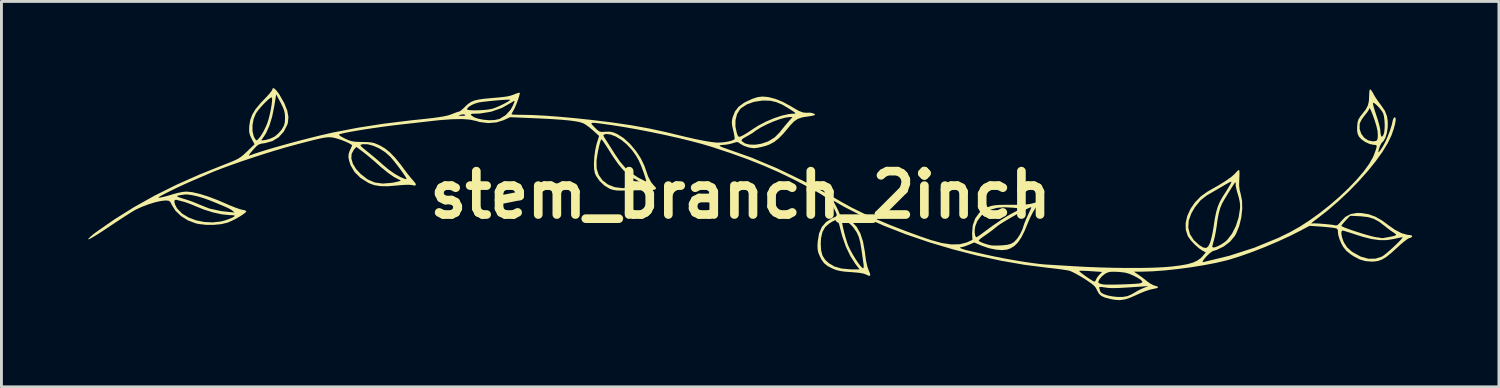
<source format=kicad_pcb>
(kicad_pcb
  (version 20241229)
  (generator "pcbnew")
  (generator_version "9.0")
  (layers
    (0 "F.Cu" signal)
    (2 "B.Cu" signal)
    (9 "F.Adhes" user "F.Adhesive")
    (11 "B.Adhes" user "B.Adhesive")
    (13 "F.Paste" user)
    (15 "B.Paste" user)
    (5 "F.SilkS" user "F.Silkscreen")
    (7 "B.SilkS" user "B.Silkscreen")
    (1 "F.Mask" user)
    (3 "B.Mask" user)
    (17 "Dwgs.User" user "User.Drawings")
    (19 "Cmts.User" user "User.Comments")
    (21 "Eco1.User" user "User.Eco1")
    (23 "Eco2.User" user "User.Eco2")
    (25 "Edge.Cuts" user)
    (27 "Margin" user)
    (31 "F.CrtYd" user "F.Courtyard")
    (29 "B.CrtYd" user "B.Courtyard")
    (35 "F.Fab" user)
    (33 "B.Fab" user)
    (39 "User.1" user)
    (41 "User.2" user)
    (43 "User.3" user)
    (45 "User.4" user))
  (footprint "stem_branch_2inch"
    (layer "F.Cu")
    (at 22.571 3.693)
    (property "Reference" "stem_branch_2inch" (at 0 0 0) (layer "F.SilkS") (effects (font (size 1.5 1.5) (thickness 0.3))))
    (attr board_only exclude_from_pos_files exclude_from_bom)
    (fp_poly (pts (xy -16.136 -3.685) (xy -16.064 -3.618) (xy -15.974 -3.5) (xy -15.945 -3.454) (xy -15.783 -3.166) (xy -15.683 -2.915) (xy -15.643 -2.693) (xy -15.661 -2.496) (xy -15.679 -2.436) (xy -15.802 -2.191) (xy -15.977 -1.997) (xy -16.196 -1.862) (xy -16.45 -1.792) (xy -16.464 -1.79) (xy -16.582 -1.773) (xy -16.666 -1.745) (xy -16.742 -1.691) (xy -16.832 -1.597) (xy -16.876 -1.548) (xy -16.965 -1.441) (xy -17.007 -1.376) (xy -16.997 -1.36) (xy -16.991 -1.362) (xy -16.811 -1.427) (xy -16.57 -1.505) (xy -16.279 -1.594) (xy -15.951 -1.688) (xy -15.6 -1.786) (xy -15.238 -1.883) (xy -14.879 -1.975) (xy -14.534 -2.06) (xy -14.217 -2.133) (xy -14.105 -2.158) (xy -13.257 -2.322) (xy -12.353 -2.463) (xy -11.384 -2.582) (xy -11.218 -2.599) (xy -10.893 -2.633) (xy -10.633 -2.663) (xy -10.43 -2.691) (xy -10.273 -2.717) (xy -10.161 -2.741) (xy -9.755 -2.741) (xy -9.691 -2.737) (xy -9.642 -2.736) (xy -9.546 -2.741) (xy -9.522 -2.762) (xy -9.528 -2.77) (xy -9.595 -2.788) (xy -9.68 -2.773) (xy -9.749 -2.751) (xy -9.755 -2.741) (xy -10.161 -2.741) (xy -10.15 -2.743) (xy -10.053 -2.772) (xy -9.995 -2.794) (xy -9.329 -2.794) (xy -9.324 -2.766) (xy -9.313 -2.751) (xy -9.219 -2.686) (xy -9.071 -2.635) (xy -8.889 -2.6) (xy -8.697 -2.584) (xy -8.514 -2.591) (xy -8.363 -2.622) (xy -8.34 -2.63) (xy -8.128 -2.759) (xy -7.96 -2.943) (xy -7.894 -3.059) (xy -7.838 -3.181) (xy -7.819 -3.243) (xy -7.837 -3.253) (xy -7.894 -3.219) (xy -7.918 -3.202) (xy -8.255 -3.01) (xy -8.628 -2.879) (xy -9.021 -2.815) (xy -9.174 -2.81) (xy -9.283 -2.807) (xy -9.329 -2.794) (xy -9.995 -2.794) (xy -9.994 -2.794) (xy -9.871 -2.842) (xy -9.774 -2.876) (xy -9.731 -2.886) (xy -9.685 -2.912) (xy -9.628 -2.961) (xy -9.467 -2.961) (xy -9.432 -2.941) (xy -9.338 -2.93) (xy -9.203 -2.926) (xy -9.044 -2.929) (xy -8.88 -2.938) (xy -8.729 -2.954) (xy -8.607 -2.976) (xy -8.594 -2.979) (xy -8.492 -3.013) (xy -8.367 -3.066) (xy -8.236 -3.127) (xy -8.115 -3.19) (xy -8.022 -3.244) (xy -7.975 -3.282) (xy -7.974 -3.291) (xy -8.018 -3.295) (xy -8.122 -3.292) (xy -8.269 -3.283) (xy -8.442 -3.269) (xy -8.625 -3.252) (xy -8.8 -3.233) (xy -8.952 -3.215) (xy -9.064 -3.197) (xy -9.092 -3.191) (xy -9.228 -3.146) (xy -9.349 -3.084) (xy -9.436 -3.018) (xy -9.467 -2.961) (xy -9.628 -2.961) (xy -9.606 -2.979) (xy -9.526 -3.057) (xy -9.429 -3.147) (xy -9.329 -3.215) (xy -9.212 -3.264) (xy -9.062 -3.3) (xy -8.865 -3.327) (xy -8.621 -3.35) (xy -8.382 -3.37) (xy -8.205 -3.389) (xy -8.071 -3.408) (xy -7.966 -3.432) (xy -7.874 -3.462) (xy -7.802 -3.491) (xy -7.708 -3.526) (xy -7.649 -3.538) (xy -7.641 -3.536) (xy -7.642 -3.491) (xy -7.667 -3.396) (xy -7.708 -3.271) (xy -7.758 -3.138) (xy -7.81 -3.016) (xy -7.851 -2.935) (xy -7.9 -2.848) (xy -7.926 -2.794) (xy -7.928 -2.788) (xy -7.892 -2.781) (xy -7.796 -2.775) (xy -7.655 -2.772) (xy -7.541 -2.771) (xy -7.182 -2.763) (xy -6.752 -2.74) (xy -6.253 -2.703) (xy -5.69 -2.651) (xy -5.157 -2.594) (xy -4.438 -2.506) (xy -3.778 -2.409) (xy -3.162 -2.298) (xy -2.574 -2.171) (xy -2.271 -2.097) (xy -1.902 -2.008) (xy -1.566 -1.932) (xy -1.272 -1.873) (xy -1.029 -1.832) (xy -0.847 -1.811) (xy -0.784 -1.809) (xy -0.628 -1.817) (xy -0.471 -1.839) (xy -0.334 -1.87) (xy -0.323 -1.874) (xy 0.035 -1.874) (xy 0.047 -1.856) (xy 0.156 -1.78) (xy 0.316 -1.741) (xy 0.509 -1.738) (xy 0.717 -1.771) (xy 0.925 -1.84) (xy 0.982 -1.867) (xy 1.185 -1.995) (xy 1.354 -2.167) (xy 1.375 -2.194) (xy 1.483 -2.329) (xy 1.594 -2.464) (xy 1.668 -2.55) (xy 1.796 -2.694) (xy 1.697 -2.694) (xy 1.549 -2.674) (xy 1.357 -2.621) (xy 1.14 -2.542) (xy 0.918 -2.445) (xy 0.71 -2.34) (xy 0.537 -2.234) (xy 0.462 -2.177) (xy 0.397 -2.132) (xy 0.291 -2.069) (xy 0.202 -2.02) (xy 0.091 -1.956) (xy 0.039 -1.911) (xy 0.035 -1.874) (xy -0.323 -1.874) (xy -0.238 -1.906) (xy -0.208 -1.93) (xy -0.207 -1.982) (xy -0.223 -2.086) (xy -0.253 -2.221) (xy -0.256 -2.232) (xy -0.286 -2.364) (xy -0.179 -2.364) (xy -0.13 -2.137) (xy -0.119 -2.107) (xy -0.087 -2.033) (xy -0.052 -2.008) (xy 0.012 -2.026) (xy 0.089 -2.064) (xy 0.193 -2.124) (xy 0.32 -2.207) (xy 0.385 -2.252) (xy 0.618 -2.401) (xy 0.882 -2.538) (xy 1.158 -2.654) (xy 1.425 -2.743) (xy 1.665 -2.797) (xy 1.811 -2.81) (xy 1.874 -2.812) (xy 1.897 -2.823) (xy 1.875 -2.85) (xy 1.8 -2.903) (xy 1.681 -2.981) (xy 1.443 -3.122) (xy 1.234 -3.211) (xy 1.031 -3.257) (xy 0.81 -3.265) (xy 0.732 -3.261) (xy 0.459 -3.218) (xy 0.219 -3.132) (xy 0.029 -3.009) (xy -0.024 -2.958) (xy -0.124 -2.795) (xy -0.176 -2.59) (xy -0.179 -2.364) (xy -0.286 -2.364) (xy -0.291 -2.386) (xy -0.304 -2.498) (xy -0.295 -2.598) (xy -0.275 -2.683) (xy -0.195 -2.887) (xy -0.07 -3.049) (xy 0.113 -3.183) (xy 0.207 -3.233) (xy 0.421 -3.33) (xy 0.598 -3.385) (xy 0.76 -3.403) (xy 0.931 -3.389) (xy 0.981 -3.38) (xy 1.216 -3.319) (xy 1.458 -3.22) (xy 1.727 -3.075) (xy 1.845 -3.003) (xy 2.02 -2.904) (xy 2.162 -2.852) (xy 2.292 -2.841) (xy 2.343 -2.846) (xy 2.427 -2.843) (xy 2.514 -2.821) (xy 2.571 -2.79) (xy 2.578 -2.775) (xy 2.544 -2.754) (xy 2.453 -2.732) (xy 2.34 -2.715) (xy 2.134 -2.683) (xy 1.979 -2.63) (xy 1.849 -2.542) (xy 1.718 -2.406) (xy 1.664 -2.34) (xy 1.476 -2.116) (xy 1.311 -1.949) (xy 1.155 -1.828) (xy 0.994 -1.743) (xy 0.866 -1.696) (xy 0.709 -1.655) (xy 0.558 -1.626) (xy 0.457 -1.616) (xy 0.29 -1.638) (xy 0.119 -1.696) (xy -0.021 -1.775) (xy -0.041 -1.791) (xy -0.089 -1.824) (xy -0.148 -1.826) (xy -0.246 -1.798) (xy -0.268 -1.79) (xy -0.41 -1.753) (xy -0.553 -1.733) (xy -0.582 -1.732) (xy -0.676 -1.725) (xy -0.727 -1.709) (xy -0.73 -1.703) (xy -0.696 -1.678) (xy -0.607 -1.639) (xy -0.48 -1.594) (xy -0.465 -1.589) (xy 0.383 -1.289) (xy 1.261 -0.92) (xy 2.167 -0.484) (xy 3.099 0.018) (xy 3.502 0.251) (xy 3.842 0.438) (xy 4.245 0.637) (xy 4.699 0.842) (xy 5.191 1.049) (xy 5.71 1.251) (xy 6.242 1.445) (xy 6.589 1.563) (xy 6.96 1.665) (xy 7.293 1.713) (xy 7.582 1.706) (xy 7.822 1.645) (xy 7.848 1.634) (xy 7.97 1.578) (xy 8.236 1.578) (xy 8.269 1.61) (xy 8.355 1.652) (xy 8.471 1.694) (xy 8.594 1.73) (xy 8.678 1.746) (xy 8.776 1.752) (xy 8.919 1.751) (xy 9.063 1.744) (xy 9.234 1.725) (xy 9.354 1.691) (xy 9.452 1.635) (xy 9.458 1.63) (xy 9.565 1.519) (xy 9.669 1.361) (xy 9.753 1.184) (xy 9.79 1.067) (xy 9.819 0.979) (xy 9.872 0.85) (xy 9.937 0.705) (xy 9.944 0.691) (xy 10.002 0.565) (xy 10.042 0.471) (xy 10.056 0.425) (xy 10.055 0.423) (xy 9.997 0.442) (xy 9.888 0.493) (xy 9.741 0.569) (xy 9.571 0.661) (xy 9.392 0.762) (xy 9.218 0.863) (xy 9.063 0.957) (xy 8.941 1.036) (xy 8.871 1.088) (xy 8.728 1.205) (xy 8.563 1.328) (xy 8.457 1.401) (xy 8.346 1.478) (xy 8.267 1.542) (xy 8.236 1.578) (xy 8.236 1.578) (xy 7.97 1.578) (xy 8.019 1.556) (xy 8.009 1.319) (xy 8.019 1.203) (xy 8.099 1.203) (xy 8.1 1.32) (xy 8.117 1.414) (xy 8.148 1.461) (xy 8.156 1.462) (xy 8.202 1.441) (xy 8.284 1.386) (xy 8.336 1.348) (xy 8.709 1.073) (xy 9.033 0.852) (xy 9.311 0.682) (xy 9.407 0.63) (xy 9.712 0.47) (xy 9.413 0.442) (xy 9.122 0.427) (xy 8.884 0.446) (xy 8.678 0.5) (xy 8.534 0.566) (xy 8.329 0.714) (xy 8.187 0.907) (xy 8.118 1.087) (xy 8.099 1.203) (xy 8.019 1.203) (xy 8.031 1.053) (xy 8.115 0.816) (xy 8.255 0.62) (xy 8.445 0.475) (xy 8.467 0.464) (xy 8.573 0.415) (xy 8.678 0.38) (xy 8.797 0.358) (xy 8.946 0.346) (xy 9.142 0.342) (xy 9.371 0.343) (xy 9.645 0.342) (xy 9.855 0.333) (xy 10.013 0.313) (xy 10.1 0.292) (xy 10.211 0.262) (xy 10.289 0.249) (xy 10.309 0.252) (xy 10.298 0.29) (xy 10.253 0.372) (xy 10.19 0.471) (xy 10.103 0.617) (xy 10.014 0.794) (xy 9.95 0.943) (xy 9.827 1.24) (xy 9.711 1.471) (xy 9.595 1.644) (xy 9.471 1.767) (xy 9.334 1.85) (xy 9.217 1.891) (xy 9.042 1.91) (xy 8.824 1.892) (xy 8.584 1.841) (xy 8.345 1.758) (xy 8.316 1.746) (xy 8.082 1.645) (xy 7.892 1.727) (xy 7.772 1.774) (xy 7.672 1.803) (xy 7.634 1.809) (xy 7.587 1.817) (xy 7.604 1.84) (xy 7.675 1.871) (xy 7.79 1.906) (xy 7.851 1.921) (xy 7.981 1.95) (xy 8.158 1.991) (xy 8.354 2.036) (xy 8.467 2.062) (xy 8.762 2.126) (xy 9.085 2.19) (xy 9.419 2.251) (xy 9.747 2.306) (xy 10.053 2.351) (xy 10.32 2.386) (xy 10.531 2.406) (xy 10.564 2.408) (xy 10.665 2.414) (xy 10.826 2.424) (xy 11.031 2.436) (xy 11.263 2.45) (xy 11.468 2.463) (xy 11.954 2.49) (xy 12.448 2.509) (xy 12.936 2.522) (xy 13.409 2.527) (xy 13.853 2.526) (xy 14.256 2.518) (xy 14.606 2.502) (xy 14.891 2.48) (xy 15.205 2.441) (xy 15.452 2.397) (xy 15.645 2.343) (xy 15.795 2.275) (xy 15.913 2.191) (xy 15.985 2.116) (xy 16.093 1.988) (xy 15.984 1.932) (xy 15.853 1.844) (xy 15.708 1.715) (xy 15.574 1.57) (xy 15.477 1.433) (xy 15.468 1.416) (xy 15.4 1.205) (xy 15.399 1.133) (xy 15.487 1.133) (xy 15.546 1.359) (xy 15.679 1.565) (xy 15.869 1.737) (xy 16.003 1.819) (xy 16.101 1.837) (xy 16.159 1.797) (xy 16.318 1.797) (xy 16.346 1.821) (xy 16.421 1.808) (xy 16.524 1.767) (xy 16.641 1.704) (xy 16.753 1.628) (xy 16.832 1.559) (xy 16.998 1.344) (xy 17.133 1.077) (xy 17.228 0.78) (xy 17.276 0.476) (xy 17.28 0.366) (xy 17.267 0.238) (xy 17.233 0.081) (xy 17.203 -0.019) (xy 17.161 -0.161) (xy 17.133 -0.292) (xy 17.126 -0.36) (xy 17.127 -0.402) (xy 17.125 -0.43) (xy 17.117 -0.437) (xy 17.096 -0.416) (xy 17.057 -0.361) (xy 16.995 -0.264) (xy 16.904 -0.117) (xy 16.78 0.085) (xy 16.73 0.167) (xy 16.651 0.311) (xy 16.589 0.462) (xy 16.541 0.639) (xy 16.5 0.859) (xy 16.469 1.084) (xy 16.442 1.258) (xy 16.408 1.432) (xy 16.375 1.565) (xy 16.342 1.681) (xy 16.321 1.771) (xy 16.318 1.797) (xy 16.159 1.797) (xy 16.175 1.787) (xy 16.236 1.666) (xy 16.251 1.622) (xy 16.292 1.476) (xy 16.331 1.294) (xy 16.36 1.122) (xy 16.404 0.83) (xy 16.451 0.597) (xy 16.508 0.406) (xy 16.578 0.238) (xy 16.669 0.076) (xy 16.704 0.021) (xy 16.797 -0.124) (xy 16.88 -0.259) (xy 16.939 -0.36) (xy 16.951 -0.382) (xy 16.976 -0.432) (xy 16.978 -0.457) (xy 16.949 -0.453) (xy 16.878 -0.418) (xy 16.755 -0.348) (xy 16.674 -0.3) (xy 16.502 -0.2) (xy 16.328 -0.099) (xy 16.181 -0.013) (xy 16.131 0.015) (xy 15.913 0.185) (xy 15.718 0.424) (xy 15.592 0.641) (xy 15.502 0.892) (xy 15.487 1.133) (xy 15.399 1.133) (xy 15.397 0.972) (xy 15.452 0.729) (xy 15.561 0.487) (xy 15.719 0.258) (xy 15.919 0.052) (xy 16.157 -0.118) (xy 16.196 -0.14) (xy 16.522 -0.324) (xy 16.782 -0.485) (xy 16.974 -0.621) (xy 17.098 -0.731) (xy 17.115 -0.751) (xy 17.184 -0.826) (xy 17.234 -0.863) (xy 17.245 -0.863) (xy 17.256 -0.82) (xy 17.259 -0.719) (xy 17.254 -0.581) (xy 17.252 -0.545) (xy 17.246 -0.342) (xy 17.262 -0.181) (xy 17.299 -0.039) (xy 17.348 0.204) (xy 17.354 0.486) (xy 17.321 0.782) (xy 17.251 1.071) (xy 17.148 1.328) (xy 17.099 1.417) (xy 16.935 1.615) (xy 16.719 1.781) (xy 16.471 1.902) (xy 16.353 1.937) (xy 16.292 1.969) (xy 16.213 2.032) (xy 16.13 2.112) (xy 16.055 2.195) (xy 16.001 2.268) (xy 15.98 2.316) (xy 16.001 2.326) (xy 16.909 2.105) (xy 17.774 1.826) (xy 18.592 1.491) (xy 19.005 1.29) (xy 19.344 1.1) (xy 19.694 0.873) (xy 20.047 0.619) (xy 20.393 0.344) (xy 20.725 0.057) (xy 21.034 -0.236) (xy 21.312 -0.526) (xy 21.551 -0.806) (xy 21.742 -1.068) (xy 21.877 -1.304) (xy 21.915 -1.394) (xy 21.972 -1.552) (xy 22.002 -1.65) (xy 22.003 -1.704) (xy 21.976 -1.727) (xy 21.922 -1.732) (xy 21.91 -1.732) (xy 21.769 -1.759) (xy 21.613 -1.829) (xy 21.474 -1.925) (xy 21.392 -2.016) (xy 21.346 -2.113) (xy 21.327 -2.23) (xy 21.328 -2.275) (xy 21.416 -2.275) (xy 21.473 -2.111) (xy 21.577 -1.976) (xy 21.714 -1.885) (xy 21.873 -1.854) (xy 21.897 -1.855) (xy 21.979 -1.866) (xy 22.021 -1.897) (xy 22.038 -1.967) (xy 22.044 -2.047) (xy 22.037 -2.197) (xy 21.995 -2.388) (xy 21.933 -2.586) (xy 21.864 -2.781) (xy 21.808 -2.918) (xy 21.768 -2.992) (xy 21.747 -2.999) (xy 21.744 -2.973) (xy 21.72 -2.923) (xy 21.659 -2.836) (xy 21.592 -2.754) (xy 21.504 -2.636) (xy 21.439 -2.518) (xy 21.416 -2.453) (xy 21.416 -2.275) (xy 21.328 -2.275) (xy 21.33 -2.369) (xy 21.343 -2.508) (xy 21.373 -2.609) (xy 21.433 -2.707) (xy 21.502 -2.793) (xy 21.625 -2.953) (xy 21.699 -3.093) (xy 21.721 -3.185) (xy 21.876 -3.185) (xy 21.878 -3.142) (xy 21.903 -3.041) (xy 21.944 -2.9) (xy 21.991 -2.758) (xy 22.048 -2.582) (xy 22.093 -2.421) (xy 22.122 -2.297) (xy 22.129 -2.239) (xy 22.137 -2.132) (xy 22.154 -2.057) (xy 22.178 -2.012) (xy 22.208 -2.03) (xy 22.231 -2.061) (xy 22.262 -2.146) (xy 22.279 -2.291) (xy 22.283 -2.414) (xy 22.275 -2.574) (xy 22.256 -2.72) (xy 22.23 -2.82) (xy 22.18 -2.906) (xy 22.104 -3.002) (xy 22.02 -3.092) (xy 21.943 -3.16) (xy 21.888 -3.189) (xy 21.876 -3.185) (xy 21.721 -3.185) (xy 21.735 -3.244) (xy 21.744 -3.428) (xy 21.749 -3.549) (xy 21.763 -3.631) (xy 21.779 -3.656) (xy 21.815 -3.624) (xy 21.867 -3.544) (xy 21.894 -3.493) (xy 21.962 -3.375) (xy 22.058 -3.233) (xy 22.145 -3.12) (xy 22.288 -2.911) (xy 22.362 -2.721) (xy 22.389 -2.532) (xy 22.386 -2.332) (xy 22.357 -2.14) (xy 22.306 -1.975) (xy 22.236 -1.856) (xy 22.195 -1.82) (xy 22.159 -1.772) (xy 22.118 -1.685) (xy 22.083 -1.586) (xy 22.064 -1.505) (xy 22.068 -1.472) (xy 22.093 -1.495) (xy 22.147 -1.568) (xy 22.218 -1.676) (xy 22.22 -1.679) (xy 22.303 -1.833) (xy 22.388 -2.026) (xy 22.466 -2.231) (xy 22.527 -2.423) (xy 22.56 -2.574) (xy 22.56 -2.575) (xy 22.589 -2.654) (xy 22.625 -2.686) (xy 22.658 -2.668) (xy 22.663 -2.59) (xy 22.642 -2.461) (xy 22.598 -2.294) (xy 22.531 -2.099) (xy 22.519 -2.065) (xy 22.389 -1.792) (xy 22.202 -1.486) (xy 21.965 -1.156) (xy 21.686 -0.812) (xy 21.372 -0.461) (xy 21.032 -0.112) (xy 20.672 0.225) (xy 20.301 0.544) (xy 19.942 0.823) (xy 19.839 0.9) (xy 19.767 0.96) (xy 19.743 0.987) (xy 19.767 0.991) (xy 19.772 0.988) (xy 19.821 0.983) (xy 19.927 0.986) (xy 20.068 0.995) (xy 20.225 1.008) (xy 20.376 1.023) (xy 20.502 1.039) (xy 20.581 1.054) (xy 20.591 1.057) (xy 20.656 1.041) (xy 20.743 0.952) (xy 20.764 0.925) (xy 20.921 0.76) (xy 21.107 0.661) (xy 21.331 0.623) (xy 21.48 0.628) (xy 21.728 0.669) (xy 21.962 0.754) (xy 22.201 0.891) (xy 22.409 1.046) (xy 22.644 1.211) (xy 22.869 1.325) (xy 23.072 1.381) (xy 23.142 1.386) (xy 23.219 1.403) (xy 23.234 1.442) (xy 23.187 1.48) (xy 23.133 1.494) (xy 23.073 1.525) (xy 22.972 1.599) (xy 22.844 1.704) (xy 22.709 1.827) (xy 22.507 2.011) (xy 22.341 2.144) (xy 22.197 2.232) (xy 22.06 2.283) (xy 21.919 2.305) (xy 21.832 2.307) (xy 21.617 2.29) (xy 21.424 2.235) (xy 21.225 2.133) (xy 21.108 2.057) (xy 20.957 1.935) (xy 20.847 1.799) (xy 20.782 1.681) (xy 20.717 1.527) (xy 20.675 1.383) (xy 20.671 1.348) (xy 20.783 1.348) (xy 20.806 1.465) (xy 20.851 1.598) (xy 20.879 1.656) (xy 20.983 1.815) (xy 21.13 1.948) (xy 21.188 1.988) (xy 21.459 2.136) (xy 21.718 2.208) (xy 21.964 2.205) (xy 22.182 2.135) (xy 22.249 2.092) (xy 22.346 2.016) (xy 22.461 1.916) (xy 22.583 1.806) (xy 22.7 1.695) (xy 22.8 1.594) (xy 22.871 1.516) (xy 22.902 1.47) (xy 22.898 1.462) (xy 22.846 1.471) (xy 22.742 1.492) (xy 22.607 1.523) (xy 22.603 1.524) (xy 22.36 1.563) (xy 22.111 1.565) (xy 21.838 1.528) (xy 21.527 1.451) (xy 21.322 1.386) (xy 21.144 1.327) (xy 20.991 1.279) (xy 20.879 1.245) (xy 20.823 1.232) (xy 20.821 1.232) (xy 20.788 1.264) (xy 20.783 1.348) (xy 20.671 1.348) (xy 20.666 1.307) (xy 20.661 1.215) (xy 20.63 1.169) (xy 20.552 1.146) (xy 20.513 1.14) (xy 20.402 1.126) (xy 20.243 1.11) (xy 20.068 1.095) (xy 20.022 1.092) (xy 19.7 1.07) (xy 20.782 1.07) (xy 20.816 1.095) (xy 20.91 1.135) (xy 21.049 1.187) (xy 21.217 1.245) (xy 21.401 1.304) (xy 21.584 1.361) (xy 21.754 1.409) (xy 21.894 1.445) (xy 21.976 1.461) (xy 22.092 1.478) (xy 22.169 1.491) (xy 22.189 1.496) (xy 22.225 1.492) (xy 22.315 1.477) (xy 22.42 1.459) (xy 22.573 1.428) (xy 22.657 1.402) (xy 22.678 1.375) (xy 22.645 1.338) (xy 22.586 1.3) (xy 22.484 1.231) (xy 22.359 1.137) (xy 22.285 1.077) (xy 22.085 0.925) (xy 21.901 0.826) (xy 21.705 0.768) (xy 21.469 0.74) (xy 21.427 0.738) (xy 21.087 0.722) (xy 20.934 0.882) (xy 20.852 0.973) (xy 20.796 1.043) (xy 20.782 1.07) (xy 19.7 1.07) (xy 19.685 1.069) (xy 19.358 1.242) (xy 18.982 1.431) (xy 18.568 1.62) (xy 18.136 1.803) (xy 17.704 1.972) (xy 17.292 2.118) (xy 16.92 2.235) (xy 16.799 2.268) (xy 16.437 2.353) (xy 16.023 2.432) (xy 15.577 2.504) (xy 15.12 2.565) (xy 14.674 2.612) (xy 14.257 2.643) (xy 13.892 2.655) (xy 13.863 2.655) (xy 13.606 2.655) (xy 13.759 2.758) (xy 13.888 2.851) (xy 14.024 2.956) (xy 14.061 2.987) (xy 14.172 3.067) (xy 14.281 3.124) (xy 14.32 3.137) (xy 14.42 3.168) (xy 14.443 3.2) (xy 14.392 3.228) (xy 14.268 3.253) (xy 14.14 3.283) (xy 13.97 3.341) (xy 13.785 3.418) (xy 13.708 3.454) (xy 13.479 3.556) (xy 13.289 3.617) (xy 13.116 3.64) (xy 12.938 3.628) (xy 12.792 3.601) (xy 12.609 3.552) (xy 12.484 3.497) (xy 12.4 3.422) (xy 12.339 3.317) (xy 12.328 3.291) (xy 12.288 3.214) (xy 12.28 3.204) (xy 12.405 3.204) (xy 12.409 3.222) (xy 12.429 3.293) (xy 12.431 3.312) (xy 12.466 3.375) (xy 12.562 3.432) (xy 12.702 3.479) (xy 12.869 3.512) (xy 13.047 3.53) (xy 13.219 3.529) (xy 13.368 3.505) (xy 13.397 3.496) (xy 13.523 3.441) (xy 13.637 3.376) (xy 13.74 3.314) (xy 13.873 3.249) (xy 13.925 3.227) (xy 14.105 3.153) (xy 13.797 3.175) (xy 13.49 3.196) (xy 13.249 3.211) (xy 13.062 3.22) (xy 12.917 3.224) (xy 12.802 3.222) (xy 12.707 3.216) (xy 12.62 3.204) (xy 12.611 3.203) (xy 12.487 3.185) (xy 12.423 3.185) (xy 12.405 3.204) (xy 12.28 3.204) (xy 12.228 3.142) (xy 12.135 3.064) (xy 11.996 2.967) (xy 11.892 2.899) (xy 11.727 2.799) (xy 11.569 2.711) (xy 11.439 2.648) (xy 11.391 2.63) (xy 11.712 2.63) (xy 11.733 2.657) (xy 11.802 2.713) (xy 11.9 2.786) (xy 12.011 2.864) (xy 12.118 2.934) (xy 12.202 2.984) (xy 12.245 3.002) (xy 12.245 3.002) (xy 12.375 3.002) (xy 12.381 3.042) (xy 12.437 3.07) (xy 12.527 3.094) (xy 12.597 3.101) (xy 12.727 3.103) (xy 12.9 3.103) (xy 13.096 3.099) (xy 13.3 3.092) (xy 13.493 3.084) (xy 13.659 3.074) (xy 13.78 3.064) (xy 13.827 3.056) (xy 13.892 3.029) (xy 13.895 2.988) (xy 13.834 2.93) (xy 13.706 2.852) (xy 13.607 2.8) (xy 13.456 2.732) (xy 13.314 2.691) (xy 13.144 2.669) (xy 13.059 2.663) (xy 12.893 2.657) (xy 12.781 2.663) (xy 12.698 2.683) (xy 12.619 2.723) (xy 12.605 2.731) (xy 12.501 2.815) (xy 12.42 2.911) (xy 12.409 2.929) (xy 12.375 3.002) (xy 12.245 3.002) (xy 12.277 2.97) (xy 12.295 2.929) (xy 12.337 2.851) (xy 12.409 2.764) (xy 12.413 2.761) (xy 12.508 2.665) (xy 12.12 2.638) (xy 11.955 2.628) (xy 11.821 2.624) (xy 11.735 2.625) (xy 11.712 2.63) (xy 11.391 2.63) (xy 11.369 2.622) (xy 11.278 2.604) (xy 11.128 2.581) (xy 10.937 2.556) (xy 10.722 2.531) (xy 10.622 2.52) (xy 9.82 2.418) (xy 8.996 2.274) (xy 8.162 2.094) (xy 7.331 1.879) (xy 6.513 1.635) (xy 5.72 1.364) (xy 4.965 1.069) (xy 4.258 0.756) (xy 3.613 0.427) (xy 3.436 0.327) (xy 3.197 0.189) (xy 3.311 0.406) (xy 3.371 0.526) (xy 3.412 0.622) (xy 3.426 0.668) (xy 3.459 0.705) (xy 3.544 0.758) (xy 3.64 0.805) (xy 3.846 0.926) (xy 4.012 1.099) (xy 4.141 1.327) (xy 4.235 1.616) (xy 4.299 1.97) (xy 4.307 2.039) (xy 4.341 2.283) (xy 4.386 2.482) (xy 4.431 2.608) (xy 4.481 2.73) (xy 4.482 2.793) (xy 4.435 2.799) (xy 4.351 2.759) (xy 4.252 2.722) (xy 4.094 2.694) (xy 3.87 2.674) (xy 3.823 2.671) (xy 3.603 2.655) (xy 3.437 2.631) (xy 3.3 2.596) (xy 3.188 2.552) (xy 3.011 2.461) (xy 2.887 2.361) (xy 2.792 2.227) (xy 2.729 2.099) (xy 2.685 1.987) (xy 2.664 1.882) (xy 2.66 1.756) (xy 2.663 1.693) (xy 2.772 1.693) (xy 2.786 1.923) (xy 2.834 2.099) (xy 2.925 2.244) (xy 3.049 2.36) (xy 3.246 2.476) (xy 3.495 2.547) (xy 3.803 2.575) (xy 3.839 2.576) (xy 4.117 2.578) (xy 3.977 2.396) (xy 3.801 2.122) (xy 3.644 1.795) (xy 3.517 1.435) (xy 3.465 1.241) (xy 3.42 1.055) (xy 3.382 0.936) (xy 3.342 0.883) (xy 3.502 0.883) (xy 3.513 0.976) (xy 3.542 1.12) (xy 3.582 1.291) (xy 3.629 1.467) (xy 3.677 1.625) (xy 3.718 1.74) (xy 3.788 1.89) (xy 3.876 2.052) (xy 3.972 2.211) (xy 4.067 2.353) (xy 4.152 2.464) (xy 4.217 2.529) (xy 4.241 2.54) (xy 4.257 2.507) (xy 4.256 2.423) (xy 4.252 2.396) (xy 4.238 2.293) (xy 4.216 2.14) (xy 4.191 1.964) (xy 4.18 1.883) (xy 4.138 1.639) (xy 4.087 1.45) (xy 4.016 1.293) (xy 3.917 1.149) (xy 3.866 1.085) (xy 3.781 1.002) (xy 3.685 0.931) (xy 3.594 0.881) (xy 3.528 0.862) (xy 3.502 0.883) (xy 3.342 0.883) (xy 3.338 0.878) (xy 3.278 0.873) (xy 3.19 0.913) (xy 3.066 0.989) (xy 2.925 1.113) (xy 2.832 1.281) (xy 2.782 1.501) (xy 2.772 1.693) (xy 2.663 1.693) (xy 2.669 1.606) (xy 2.715 1.329) (xy 2.811 1.107) (xy 2.96 0.935) (xy 3.167 0.805) (xy 3.254 0.769) (xy 3.313 0.742) (xy 3.33 0.706) (xy 3.31 0.637) (xy 3.29 0.588) (xy 3.232 0.47) (xy 3.152 0.331) (xy 3.106 0.26) (xy 3.055 0.191) (xy 2.995 0.128) (xy 2.917 0.065) (xy 2.808 -0.008) (xy 2.657 -0.097) (xy 2.454 -0.21) (xy 2.348 -0.268) (xy 1.827 -0.54) (xy 1.313 -0.788) (xy 0.789 -1.017) (xy 0.238 -1.236) (xy -0.357 -1.449) (xy -1.011 -1.666) (xy -1.02 -1.668) (xy -1.344 -1.764) (xy -1.729 -1.866) (xy -2.159 -1.971) (xy -2.619 -2.074) (xy -3.093 -2.173) (xy -3.565 -2.265) (xy -4.02 -2.346) (xy -4.443 -2.412) (xy -4.512 -2.422) (xy -4.764 -2.457) (xy -4.948 -2.482) (xy -5.071 -2.493) (xy -5.14 -2.492) (xy -5.163 -2.475) (xy -5.149 -2.442) (xy -5.104 -2.392) (xy -5.048 -2.335) (xy -4.954 -2.243) (xy -4.883 -2.195) (xy -4.807 -2.179) (xy -4.696 -2.184) (xy -4.675 -2.186) (xy -4.525 -2.188) (xy -4.397 -2.162) (xy -4.263 -2.104) (xy -4.042 -1.963) (xy -3.824 -1.763) (xy -3.622 -1.524) (xy -3.45 -1.262) (xy -3.323 -0.995) (xy -3.288 -0.89) (xy -3.198 -0.633) (xy -3.095 -0.438) (xy -3.006 -0.331) (xy -2.938 -0.258) (xy -2.928 -0.208) (xy -2.981 -0.179) (xy -3.102 -0.165) (xy -3.223 -0.164) (xy -3.395 -0.163) (xy -3.609 -0.16) (xy -3.833 -0.156) (xy -3.945 -0.153) (xy -4.146 -0.15) (xy -4.29 -0.155) (xy -4.398 -0.171) (xy -4.491 -0.199) (xy -4.542 -0.22) (xy -4.717 -0.328) (xy -4.877 -0.481) (xy -4.999 -0.654) (xy -5.042 -0.752) (xy -5.068 -0.896) (xy -5.074 -1.09) (xy -5.069 -1.168) (xy -4.986 -1.168) (xy -4.98 -0.913) (xy -4.908 -0.689) (xy -4.775 -0.503) (xy -4.588 -0.36) (xy -4.354 -0.268) (xy -4.079 -0.234) (xy -3.963 -0.235) (xy -3.798 -0.241) (xy -3.612 -0.251) (xy -3.528 -0.256) (xy -3.149 -0.281) (xy -3.508 -0.466) (xy -3.719 -0.585) (xy -3.901 -0.715) (xy -4.066 -0.869) (xy -4.227 -1.059) (xy -4.396 -1.299) (xy -4.528 -1.505) (xy -4.628 -1.663) (xy -4.714 -1.793) (xy -4.779 -1.884) (xy -4.813 -1.924) (xy -4.815 -1.924) (xy -4.838 -1.889) (xy -4.868 -1.794) (xy -4.902 -1.657) (xy -4.936 -1.495) (xy -4.965 -1.323) (xy -4.986 -1.168) (xy -5.069 -1.168) (xy -5.061 -1.312) (xy -5.031 -1.539) (xy -4.987 -1.747) (xy -4.971 -1.799) (xy -4.896 -2.039) (xy -4.904 -2.047) (xy -4.745 -2.047) (xy -4.711 -1.983) (xy -4.678 -1.932) (xy -4.618 -1.838) (xy -4.531 -1.701) (xy -4.431 -1.541) (xy -4.364 -1.435) (xy -4.169 -1.148) (xy -3.976 -0.923) (xy -3.771 -0.744) (xy -3.542 -0.599) (xy -3.54 -0.598) (xy -3.416 -0.533) (xy -3.319 -0.485) (xy -3.269 -0.463) (xy -3.267 -0.463) (xy -3.268 -0.496) (xy -3.292 -0.584) (xy -3.333 -0.712) (xy -3.352 -0.768) (xy -3.441 -1.006) (xy -3.524 -1.192) (xy -3.613 -1.35) (xy -3.72 -1.502) (xy -3.786 -1.585) (xy -3.95 -1.759) (xy -4.132 -1.907) (xy -4.317 -2.019) (xy -4.492 -2.088) (xy -4.641 -2.107) (xy -4.696 -2.097) (xy -4.739 -2.078) (xy -4.745 -2.047) (xy -4.904 -2.047) (xy -5.1 -2.226) (xy -5.224 -2.331) (xy -5.347 -2.422) (xy -5.437 -2.475) (xy -5.54 -2.511) (xy -5.692 -2.543) (xy -5.9 -2.572) (xy -6.166 -2.598) (xy -6.498 -2.621) (xy -6.898 -2.643) (xy -7.133 -2.653) (xy -7.974 -2.689) (xy -8.192 -2.588) (xy -8.447 -2.508) (xy -8.732 -2.485) (xy -9.021 -2.521) (xy -9.159 -2.56) (xy -9.361 -2.604) (xy -9.634 -2.624) (xy -9.979 -2.618) (xy -10.396 -2.588) (xy -10.66 -2.56) (xy -10.892 -2.533) (xy -11.165 -2.502) (xy -11.447 -2.47) (xy -11.699 -2.442) (xy -12.032 -2.403) (xy -12.37 -2.359) (xy -12.702 -2.312) (xy -13.016 -2.265) (xy -13.301 -2.218) (xy -13.546 -2.174) (xy -13.739 -2.135) (xy -13.87 -2.101) (xy -13.89 -2.095) (xy -13.888 -2.07) (xy -13.824 -2.023) (xy -13.708 -1.96) (xy -13.698 -1.955) (xy -13.57 -1.897) (xy -13.461 -1.86) (xy -13.344 -1.841) (xy -13.191 -1.833) (xy -13.084 -1.831) (xy -12.903 -1.827) (xy -12.771 -1.815) (xy -12.662 -1.789) (xy -12.548 -1.743) (xy -12.463 -1.703) (xy -12.293 -1.602) (xy -12.125 -1.464) (xy -11.948 -1.281) (xy -11.754 -1.042) (xy -11.624 -0.866) (xy -11.519 -0.726) (xy -11.409 -0.59) (xy -11.325 -0.495) (xy -11.246 -0.397) (xy -11.232 -0.34) (xy -11.283 -0.323) (xy -11.376 -0.341) (xy -11.463 -0.35) (xy -11.606 -0.348) (xy -11.785 -0.336) (xy -11.909 -0.324) (xy -12.217 -0.299) (xy -12.468 -0.304) (xy -12.677 -0.339) (xy -12.858 -0.407) (xy -12.879 -0.418) (xy -13.153 -0.591) (xy -13.357 -0.794) (xy -13.494 -1.028) (xy -13.545 -1.188) (xy -13.558 -1.255) (xy -13.466 -1.255) (xy -13.413 -1.078) (xy -13.302 -0.896) (xy -13.137 -0.718) (xy -12.923 -0.552) (xy -12.888 -0.53) (xy -12.656 -0.43) (xy -12.381 -0.393) (xy -12.063 -0.418) (xy -11.95 -0.44) (xy -11.825 -0.469) (xy -11.767 -0.488) (xy -11.766 -0.506) (xy -11.812 -0.528) (xy -11.827 -0.534) (xy -11.993 -0.621) (xy -12.199 -0.764) (xy -12.436 -0.958) (xy -12.559 -1.067) (xy -12.713 -1.203) (xy -12.88 -1.343) (xy -13.029 -1.462) (xy -13.065 -1.49) (xy -13.295 -1.661) (xy -13.382 -1.56) (xy -13.457 -1.418) (xy -13.466 -1.255) (xy -13.558 -1.255) (xy -13.566 -1.299) (xy -13.564 -1.395) (xy -13.535 -1.5) (xy -13.472 -1.638) (xy -13.439 -1.704) (xy -13.45 -1.72) (xy -13.151 -1.72) (xy -13.133 -1.687) (xy -13.073 -1.63) (xy -12.963 -1.539) (xy -12.881 -1.473) (xy -12.725 -1.346) (xy -12.571 -1.216) (xy -12.441 -1.103) (xy -12.392 -1.058) (xy -12.187 -0.885) (xy -11.97 -0.731) (xy -11.767 -0.617) (xy -11.735 -0.603) (xy -11.621 -0.556) (xy -11.566 -0.545) (xy -11.559 -0.568) (xy -11.568 -0.587) (xy -11.644 -0.705) (xy -11.752 -0.859) (xy -11.877 -1.025) (xy -12.001 -1.183) (xy -12.107 -1.307) (xy -12.121 -1.322) (xy -12.293 -1.476) (xy -12.493 -1.605) (xy -12.702 -1.699) (xy -12.901 -1.752) (xy -13.071 -1.754) (xy -13.086 -1.751) (xy -13.133 -1.738) (xy -13.151 -1.72) (xy -13.45 -1.72) (xy -13.462 -1.737) (xy -13.54 -1.784) (xy -13.658 -1.839) (xy -13.796 -1.894) (xy -13.939 -1.943) (xy -14.069 -1.977) (xy -14.14 -1.989) (xy -14.207 -1.994) (xy -14.275 -1.994) (xy -14.353 -1.987) (xy -14.452 -1.971) (xy -14.58 -1.944) (xy -14.747 -1.905) (xy -14.963 -1.85) (xy -15.237 -1.779) (xy -15.471 -1.717) (xy -15.782 -1.631) (xy -16.131 -1.527) (xy -16.505 -1.411) (xy -16.887 -1.287) (xy -17.263 -1.161) (xy -17.619 -1.036) (xy -17.938 -0.919) (xy -18.208 -0.815) (xy -18.338 -0.76) (xy -18.468 -0.704) (xy -18.644 -0.628) (xy -18.842 -0.543) (xy -19.012 -0.47) (xy -19.233 -0.372) (xy -19.476 -0.259) (xy -19.707 -0.148) (xy -19.839 -0.082) (xy -20 0.002) (xy -20.098 0.057) (xy -20.138 0.087) (xy -20.126 0.097) (xy -20.07 0.091) (xy -19.955 0.066) (xy -19.905 0.053) (xy -19.493 0.053) (xy -19.429 0.083) (xy -19.291 0.127) (xy -19.25 0.139) (xy -19.075 0.194) (xy -18.904 0.257) (xy -18.768 0.314) (xy -18.75 0.323) (xy -18.38 0.471) (xy -17.968 0.56) (xy -17.838 0.575) (xy -17.692 0.59) (xy -17.578 0.601) (xy -17.516 0.608) (xy -17.511 0.609) (xy -17.523 0.593) (xy -17.58 0.546) (xy -17.588 0.54) (xy -17.633 0.508) (xy -17.692 0.475) (xy -17.776 0.434) (xy -17.896 0.381) (xy -18.062 0.312) (xy -18.287 0.22) (xy -18.359 0.191) (xy -18.574 0.113) (xy -18.791 0.049) (xy -18.991 0.005) (xy -19.154 -0.016) (xy -19.233 -0.014) (xy -19.395 0.009) (xy -19.482 0.03) (xy -19.493 0.053) (xy -19.905 0.053) (xy -19.8 0.025) (xy -19.639 -0.024) (xy -19.636 -0.025) (xy -19.47 -0.07) (xy -19.304 -0.103) (xy -19.174 -0.115) (xy -18.97 -0.095) (xy -18.714 -0.036) (xy -18.415 0.057) (xy -18.086 0.182) (xy -17.854 0.282) (xy -17.665 0.364) (xy -17.49 0.434) (xy -17.346 0.485) (xy -17.252 0.512) (xy -17.24 0.514) (xy -17.149 0.532) (xy -17.101 0.559) (xy -17.099 0.562) (xy -17.123 0.603) (xy -17.201 0.666) (xy -17.317 0.742) (xy -17.455 0.822) (xy -17.6 0.895) (xy -17.735 0.953) (xy -17.76 0.962) (xy -17.972 1.012) (xy -18.228 1.036) (xy -18.495 1.035) (xy -18.745 1.007) (xy -18.848 0.984) (xy -19.119 0.882) (xy -19.358 0.732) (xy -19.551 0.547) (xy -19.683 0.337) (xy -19.69 0.32) (xy -19.735 0.236) (xy -19.589 0.236) (xy -19.567 0.329) (xy -19.508 0.443) (xy -19.48 0.485) (xy -19.318 0.648) (xy -19.1 0.78) (xy -18.841 0.878) (xy -18.558 0.936) (xy -18.266 0.951) (xy -17.982 0.92) (xy -17.851 0.886) (xy -17.712 0.839) (xy -17.595 0.791) (xy -17.532 0.757) (xy -17.499 0.727) (xy -17.51 0.71) (xy -17.577 0.702) (xy -17.69 0.698) (xy -17.953 0.671) (xy -18.254 0.605) (xy -18.566 0.507) (xy -18.812 0.408) (xy -18.976 0.339) (xy -19.137 0.278) (xy -19.266 0.236) (xy -19.281 0.232) (xy -19.401 0.201) (xy -19.498 0.175) (xy -19.521 0.168) (xy -19.575 0.177) (xy -19.589 0.236) (xy -19.735 0.236) (xy -19.735 0.235) (xy -19.795 0.2) (xy -19.893 0.192) (xy -20.055 0.21) (xy -20.262 0.257) (xy -20.489 0.327) (xy -20.715 0.413) (xy -20.916 0.505) (xy -20.989 0.546) (xy -21.106 0.617) (xy -21.271 0.722) (xy -21.469 0.851) (xy -21.684 0.993) (xy -21.902 1.138) (xy -22.099 1.268) (xy -22.273 1.379) (xy -22.416 1.466) (xy -22.518 1.521) (xy -22.568 1.541) (xy -22.571 1.54) (xy -22.552 1.503) (xy -22.482 1.435) (xy -22.375 1.347) (xy -22.313 1.3) (xy -21.658 0.844) (xy -20.983 0.422) (xy -20.275 0.026) (xy -19.523 -0.348) (xy -18.716 -0.707) (xy -17.857 -1.051) (xy -17.647 -1.133) (xy -17.492 -1.199) (xy -17.375 -1.258) (xy -17.278 -1.322) (xy -17.183 -1.401) (xy -17.077 -1.5) (xy -16.816 -1.751) (xy -16.916 -1.943) (xy -16.975 -2.071) (xy -17.001 -2.183) (xy -17.002 -2.319) (xy -16.999 -2.374) (xy -16.992 -2.417) (xy -16.886 -2.417) (xy -16.885 -2.205) (xy -16.844 -2.03) (xy -16.797 -1.939) (xy -16.755 -1.889) (xy -16.745 -1.886) (xy -16.719 -1.904) (xy -16.577 -1.904) (xy -16.568 -1.886) (xy -16.503 -1.891) (xy -16.433 -1.901) (xy -16.286 -1.941) (xy -16.142 -2.007) (xy -16.116 -2.022) (xy -16.004 -2.116) (xy -15.895 -2.237) (xy -15.866 -2.278) (xy -15.801 -2.392) (xy -15.769 -2.505) (xy -15.761 -2.654) (xy -15.761 -2.672) (xy -15.768 -2.807) (xy -15.793 -2.925) (xy -15.845 -3.054) (xy -15.914 -3.193) (xy -16.067 -3.48) (xy -16.131 -3.078) (xy -16.205 -2.71) (xy -16.303 -2.391) (xy -16.419 -2.131) (xy -16.543 -1.947) (xy -16.577 -1.904) (xy -16.719 -1.904) (xy -16.703 -1.915) (xy -16.637 -1.99) (xy -16.587 -2.059) (xy -16.508 -2.192) (xy -16.426 -2.357) (xy -16.377 -2.474) (xy -16.332 -2.612) (xy -16.29 -2.776) (xy -16.253 -2.949) (xy -16.225 -3.114) (xy -16.209 -3.252) (xy -16.207 -3.346) (xy -16.216 -3.375) (xy -16.255 -3.364) (xy -16.331 -3.308) (xy -16.428 -3.218) (xy -16.535 -3.108) (xy -16.639 -2.991) (xy -16.726 -2.88) (xy -16.768 -2.817) (xy -16.846 -2.631) (xy -16.886 -2.417) (xy -16.992 -2.417) (xy -16.966 -2.584) (xy -16.896 -2.776) (xy -16.779 -2.968) (xy -16.608 -3.174) (xy -16.502 -3.284) (xy -16.381 -3.411) (xy -16.283 -3.522) (xy -16.22 -3.604) (xy -16.202 -3.64) (xy -16.184 -3.693)) (stroke (width 0) (type solid)) (fill yes) (layer "F.SilkS")))
  (gr_rect
    (start -3 -3)
    (end 48.805 10.333)
    (stroke (width 0.1) (type default))
    (fill no)
    (layer "Edge.Cuts")))
</source>
